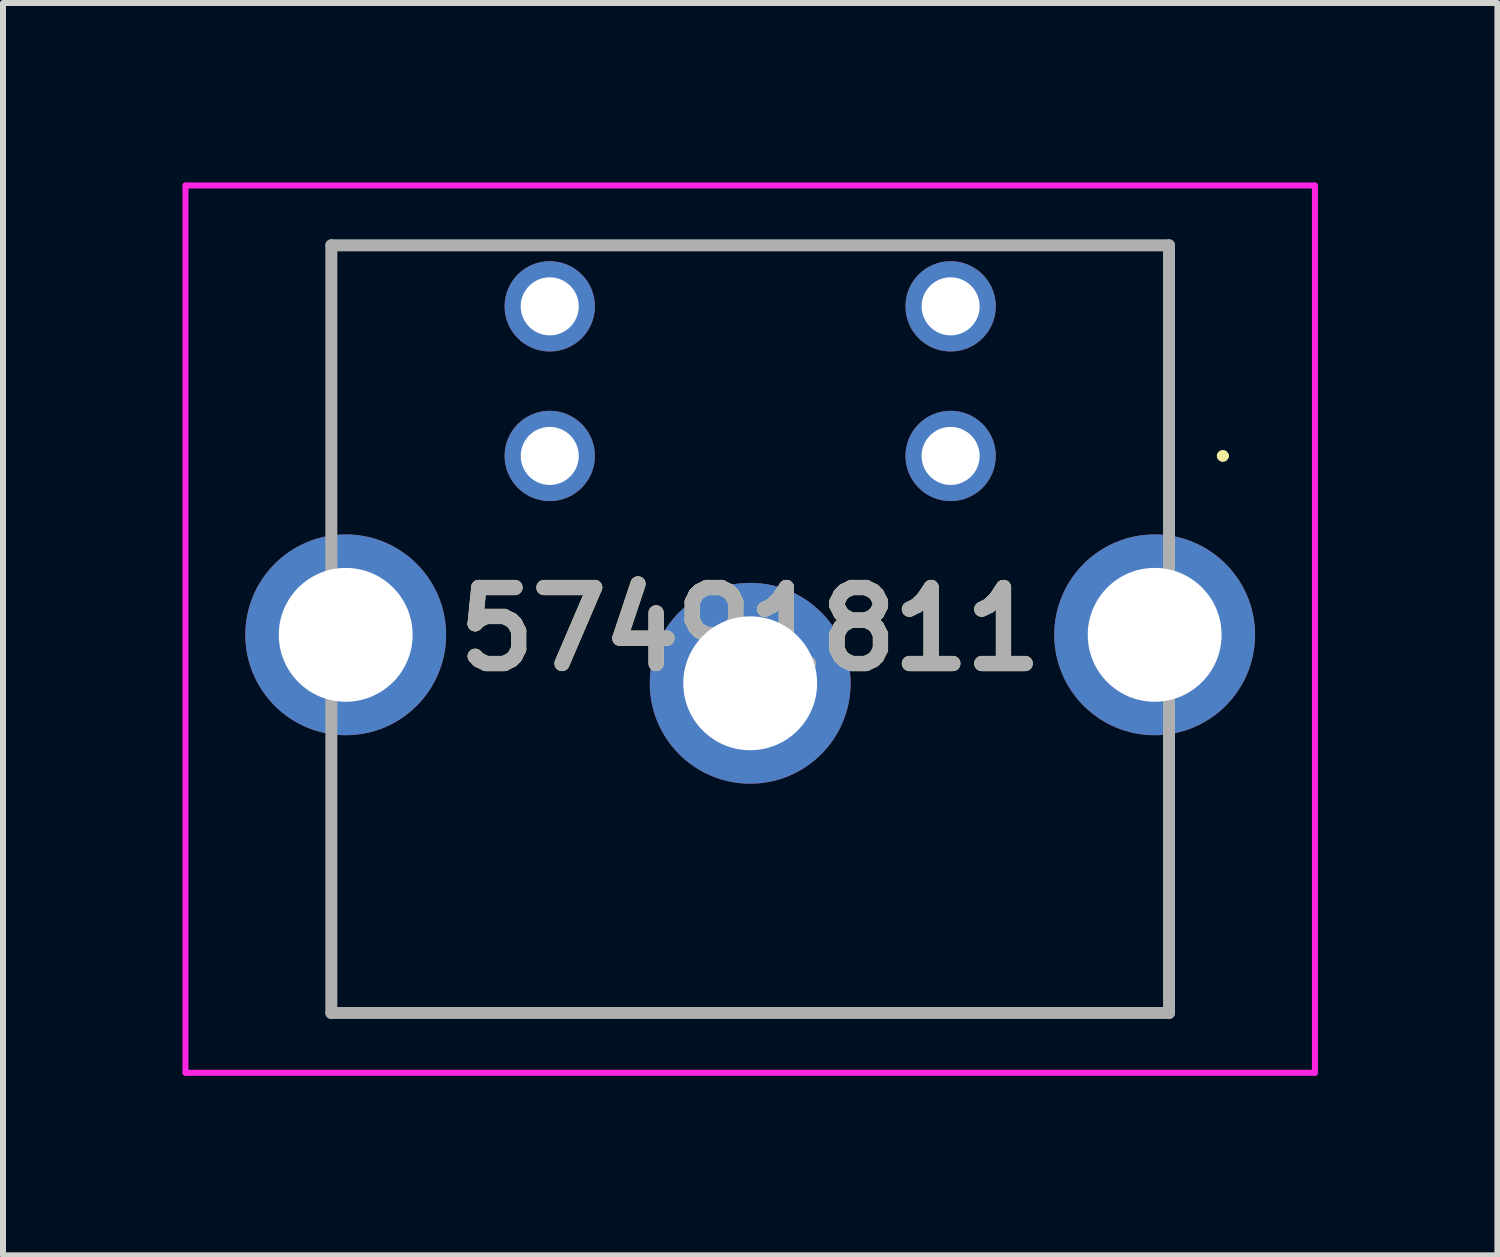
<source format=kicad_pcb>
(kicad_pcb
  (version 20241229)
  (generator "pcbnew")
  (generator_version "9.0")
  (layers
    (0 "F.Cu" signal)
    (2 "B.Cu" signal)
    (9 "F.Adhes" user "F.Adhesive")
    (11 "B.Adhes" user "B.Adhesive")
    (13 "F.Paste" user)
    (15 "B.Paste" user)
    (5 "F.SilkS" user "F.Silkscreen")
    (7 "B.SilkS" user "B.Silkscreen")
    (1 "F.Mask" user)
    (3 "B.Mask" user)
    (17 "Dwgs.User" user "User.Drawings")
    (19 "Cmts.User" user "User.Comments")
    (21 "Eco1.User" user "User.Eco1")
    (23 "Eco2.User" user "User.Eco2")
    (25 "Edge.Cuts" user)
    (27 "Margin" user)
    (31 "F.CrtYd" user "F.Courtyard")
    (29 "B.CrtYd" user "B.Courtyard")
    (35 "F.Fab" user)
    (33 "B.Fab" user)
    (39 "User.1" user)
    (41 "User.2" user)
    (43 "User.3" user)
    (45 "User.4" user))
  (footprint "57491811"
    (layer "F.Cu")
    (at 12.838 4.57)
    (property "Reference" "57491811" (at -3.35 2.895 0) (layer "F.SilkS") (effects (font (size 1.27 1.27) (thickness 0.254))))
    (attr through_hole)
    (fp_line (start -10.35 -3.52) (end 3.65 -3.52) (stroke (width 0.1) (type solid)) (layer "F.SilkS"))
    (fp_line (start -10.35 0.8) (end -10.35 -3.52) (stroke (width 0.1) (type solid)) (layer "F.SilkS"))
    (fp_line (start -10.35 5.3) (end -10.35 9.31) (stroke (width 0.1) (type solid)) (layer "F.SilkS"))
    (fp_line (start -10.35 9.31) (end 3.65 9.31) (stroke (width 0.1) (type solid)) (layer "F.SilkS"))
    (fp_line (start 3.65 -3.52) (end 3.65 0.3) (stroke (width 0.1) (type solid)) (layer "F.SilkS"))
    (fp_line (start 3.65 9.31) (end 3.65 5.3) (stroke (width 0.1) (type solid)) (layer "F.SilkS"))
    (fp_line (start 4.5 0) (end 4.5 0) (stroke (width 0.1) (type solid)) (layer "F.SilkS"))
    (fp_line (start 4.6 0) (end 4.6 0) (stroke (width 0.1) (type solid)) (layer "F.SilkS"))
    (fp_arc (start 4.5 0) (mid 4.55 -0.05) (end 4.6 0) (stroke (width 0.1) (type solid)) (layer "F.SilkS"))
    (fp_arc (start 4.6 0) (mid 4.55 0.05) (end 4.5 0) (stroke (width 0.1) (type solid)) (layer "F.SilkS"))
    (fp_line (start -12.788 -4.52) (end -12.788 10.31) (stroke (width 0.1) (type solid)) (layer "F.CrtYd"))
    (fp_line (start -12.788 10.31) (end 6.088 10.31) (stroke (width 0.1) (type solid)) (layer "F.CrtYd"))
    (fp_line (start 6.088 -4.52) (end -12.788 -4.52) (stroke (width 0.1) (type solid)) (layer "F.CrtYd"))
    (fp_line (start 6.088 10.31) (end 6.088 -4.52) (stroke (width 0.1) (type solid)) (layer "F.CrtYd"))
    (fp_line (start -10.35 -3.52) (end -10.35 9.31) (stroke (width 0.2) (type solid)) (layer "F.Fab"))
    (fp_line (start -10.35 9.31) (end 3.65 9.31) (stroke (width 0.2) (type solid)) (layer "F.Fab"))
    (fp_line (start 3.65 -3.52) (end -10.35 -3.52) (stroke (width 0.2) (type solid)) (layer "F.Fab"))
    (fp_line (start 3.65 9.31) (end 3.65 -3.52) (stroke (width 0.2) (type solid)) (layer "F.Fab"))
    (fp_text user "${REFERENCE}" (at -3.35 2.895 0) (layer "F.Fab") (effects (font (size 1.27 1.27) (thickness 0.254))))
    (pad "1" thru_hole circle (at 0 0) (size 1.509 1.509) (drill 0.97) (layers "*.Cu" "*.Mask"))
    (pad "2" thru_hole circle (at -6.7 0) (size 1.509 1.509) (drill 0.97) (layers "*.Cu" "*.Mask"))
    (pad "3" thru_hole circle (at 0 -2.5) (size 1.509 1.509) (drill 0.97) (layers "*.Cu" "*.Mask"))
    (pad "4" thru_hole circle (at -6.7 -2.5) (size 1.509 1.509) (drill 0.97) (layers "*.Cu" "*.Mask"))
    (pad "MH1" thru_hole circle (at -3.35 3.8) (size 3.356 3.356) (drill 2.237) (layers "*.Cu" "*.Mask"))
    (pad "MH2" thru_hole circle (at -10.11 2.99) (size 3.356 3.356) (drill 2.237) (layers "*.Cu" "*.Mask"))
    (pad "MH3" thru_hole circle (at 3.41 2.99) (size 3.356 3.356) (drill 2.237) (layers "*.Cu" "*.Mask")))
  (gr_rect
    (start -3 -3)
    (end 21.976 17.93)
    (stroke (width 0.1) (type default))
    (fill no)
    (layer "Edge.Cuts")))
</source>
